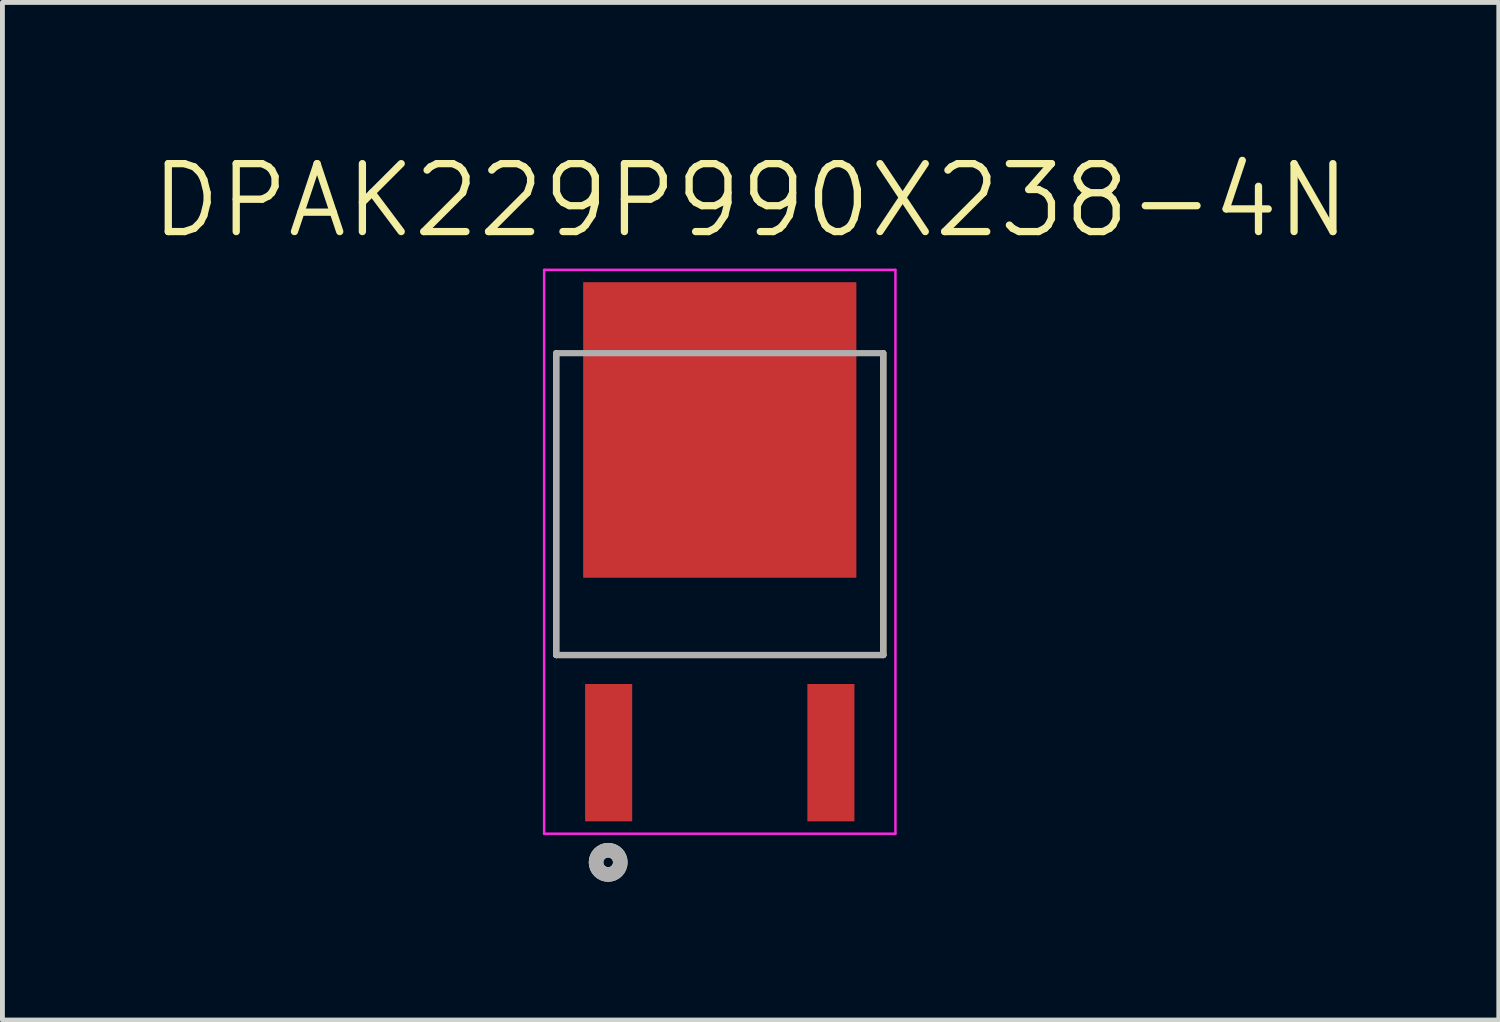
<source format=kicad_pcb>
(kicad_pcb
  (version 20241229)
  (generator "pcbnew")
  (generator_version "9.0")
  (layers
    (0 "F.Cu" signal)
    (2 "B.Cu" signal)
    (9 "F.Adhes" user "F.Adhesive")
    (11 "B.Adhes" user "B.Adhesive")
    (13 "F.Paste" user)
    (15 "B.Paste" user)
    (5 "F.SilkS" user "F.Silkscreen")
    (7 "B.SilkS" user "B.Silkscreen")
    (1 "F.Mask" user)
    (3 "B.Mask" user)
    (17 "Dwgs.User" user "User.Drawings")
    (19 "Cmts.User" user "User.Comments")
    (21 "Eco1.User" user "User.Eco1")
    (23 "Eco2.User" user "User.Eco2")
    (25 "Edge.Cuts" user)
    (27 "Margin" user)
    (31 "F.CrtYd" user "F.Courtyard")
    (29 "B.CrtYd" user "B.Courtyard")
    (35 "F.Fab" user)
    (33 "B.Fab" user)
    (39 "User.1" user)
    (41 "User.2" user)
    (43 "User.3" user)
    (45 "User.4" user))
  (footprint "DPAK229P990X238-4N"
    (layer "F.Cu")
    (at 11.783 8.321)
    (property "Reference" "DPAK229P990X238-4N" (at 0.635 -7.239 0) (layer "F.SilkS") (effects (font (size 1.4 1.4) (thickness 0.15))))
    (attr smd)
    (fp_line (start -3.37 2.128) (end -3.37 -4.093) (stroke (width 0.127) (type solid)) (layer "F.SilkS"))
    (fp_line (start 3.37 -4.093) (end 3.37 2.128) (stroke (width 0.127) (type solid)) (layer "F.SilkS"))
    (fp_line (start 3.37 2.128) (end -3.37 2.128) (stroke (width 0.127) (type solid)) (layer "F.SilkS"))
    (fp_circle (center -2.3 6.4) (end -2.2 6.4) (stroke (width 0.3) (type solid)) (fill no) (layer "F.SilkS"))
    (fp_poly (pts (xy -2.535 -5.27) (xy -1.225 -5.27) (xy -1.225 -3.81) (xy -2.535 -3.81)) (stroke (width 0.01) (type solid)) (fill yes) (layer "F.Paste"))
    (fp_poly (pts (xy -2.535 -3.24) (xy -1.225 -3.24) (xy -1.225 -1.78) (xy -2.535 -1.78)) (stroke (width 0.01) (type solid)) (fill yes) (layer "F.Paste"))
    (fp_poly (pts (xy -2.535 -1.21) (xy -1.225 -1.21) (xy -1.225 0.25) (xy -2.535 0.25)) (stroke (width 0.01) (type solid)) (fill yes) (layer "F.Paste"))
    (fp_poly (pts (xy -0.655 -5.27) (xy 0.655 -5.27) (xy 0.655 -3.81) (xy -0.655 -3.81)) (stroke (width 0.01) (type solid)) (fill yes) (layer "F.Paste"))
    (fp_poly (pts (xy -0.655 -3.24) (xy 0.655 -3.24) (xy 0.655 -1.78) (xy -0.655 -1.78)) (stroke (width 0.01) (type solid)) (fill yes) (layer "F.Paste"))
    (fp_poly (pts (xy -0.655 -1.21) (xy 0.655 -1.21) (xy 0.655 0.25) (xy -0.655 0.25)) (stroke (width 0.01) (type solid)) (fill yes) (layer "F.Paste"))
    (fp_poly (pts (xy 1.225 -5.27) (xy 2.535 -5.27) (xy 2.535 -3.81) (xy 1.225 -3.81)) (stroke (width 0.01) (type solid)) (fill yes) (layer "F.Paste"))
    (fp_poly (pts (xy 1.225 -3.24) (xy 2.535 -3.24) (xy 2.535 -1.78) (xy 1.225 -1.78)) (stroke (width 0.01) (type solid)) (fill yes) (layer "F.Paste"))
    (fp_poly (pts (xy 1.225 -1.21) (xy 2.535 -1.21) (xy 2.535 0.25) (xy 1.225 0.25)) (stroke (width 0.01) (type solid)) (fill yes) (layer "F.Paste"))
    (fp_line (start -3.62 -5.81) (end 3.62 -5.81) (stroke (width 0.05) (type solid)) (layer "F.CrtYd"))
    (fp_line (start -3.62 5.81) (end -3.62 -5.81) (stroke (width 0.05) (type solid)) (layer "F.CrtYd"))
    (fp_line (start 3.62 -5.81) (end 3.62 5.81) (stroke (width 0.05) (type solid)) (layer "F.CrtYd"))
    (fp_line (start 3.62 5.81) (end -3.62 5.81) (stroke (width 0.05) (type solid)) (layer "F.CrtYd"))
    (fp_line (start -3.37 -4.093) (end 3.37 -4.093) (stroke (width 0.127) (type solid)) (layer "F.Fab"))
    (fp_line (start -3.37 2.128) (end -3.37 -4.093) (stroke (width 0.127) (type solid)) (layer "F.Fab"))
    (fp_line (start 3.37 -4.093) (end 3.37 2.128) (stroke (width 0.127) (type solid)) (layer "F.Fab"))
    (fp_line (start 3.37 2.128) (end -3.37 2.128) (stroke (width 0.127) (type solid)) (layer "F.Fab"))
    (fp_circle (center -2.3 6.4) (end -2.2 6.4) (stroke (width 0.3) (type solid)) (fill no) (layer "F.Fab"))
    (pad "1" smd rect (at -2.29 4.14) (size 0.97 2.83) (layers "F.Cu" "F.Mask" "F.Paste"))
    (pad "2" smd rect (at 0 -2.51) (size 5.63 6.09) (layers "F.Cu" "F.Mask"))
    (pad "3" smd rect (at 2.29 4.14) (size 0.97 2.83) (layers "F.Cu" "F.Mask" "F.Paste")))
  (gr_rect
    (start -3 -3)
    (end 27.837 17.971)
    (stroke (width 0.1) (type default))
    (fill no)
    (layer "Edge.Cuts")))
</source>
